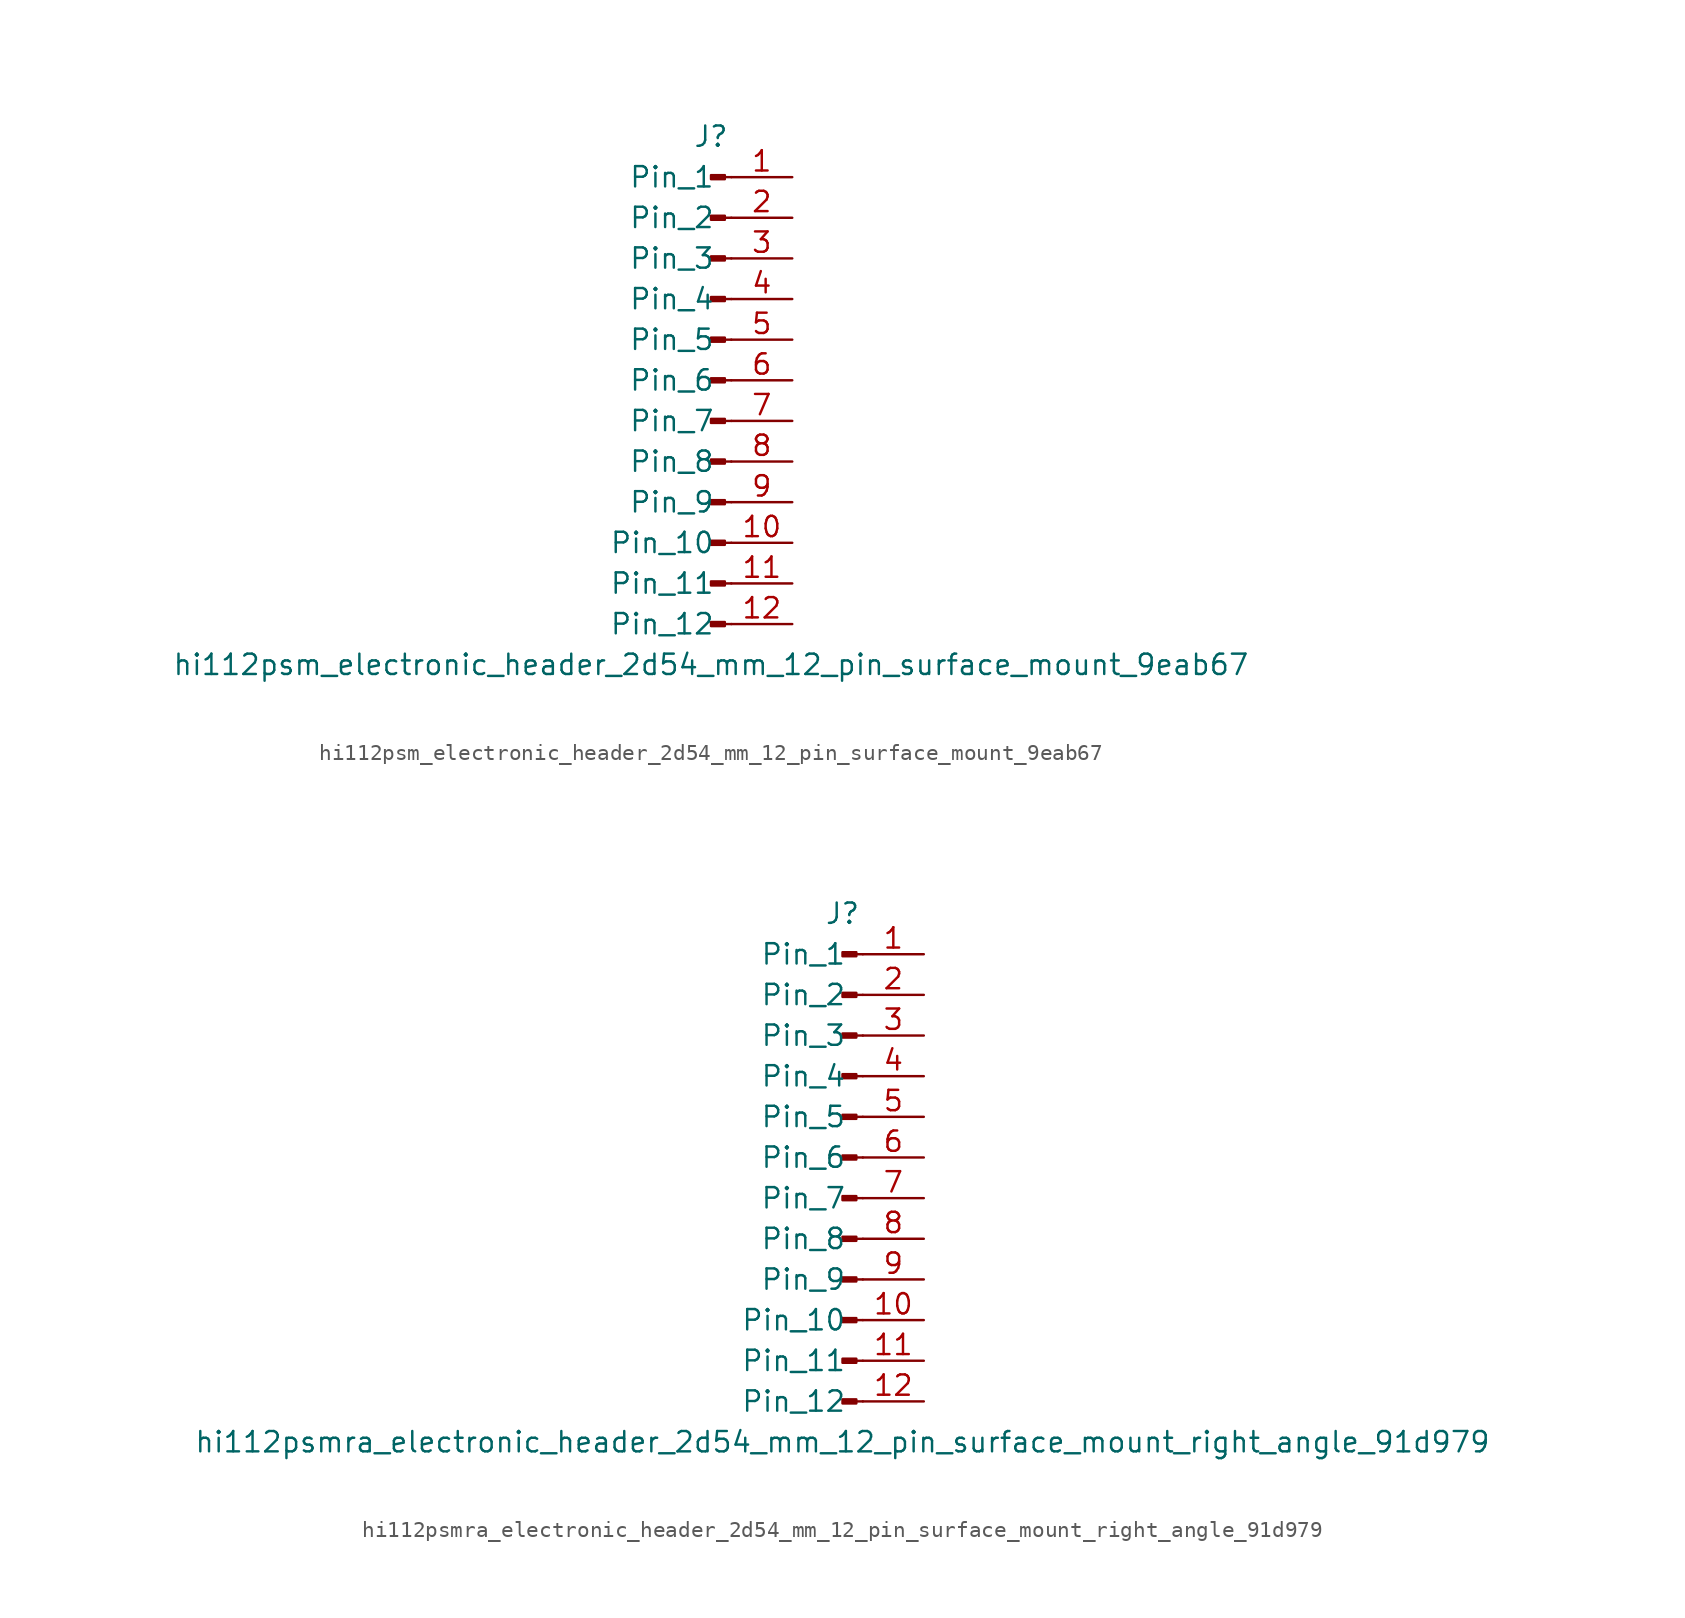
<source format=kicad_sym>
(kicad_symbol_lib
  (version 20220914)
  (generator kicad_symbol_editor)
  (symbol "hi112psm_electronic_header_2d54_mm_12_pin_surface_mount_9eab67"
    (pin_names
      (offset 1.016))
    (property "Reference" "J"
      (at 0 15.24 0)
      (effects (font (size 1.27 1.27))))
    (property "Value" "hi112psm_electronic_header_2d54_mm_12_pin_surface_mount_9eab67"
      (at 0 -17.78 0)
      (effects (font (size 1.27 1.27))))
    (property "ki_locked" ""
      (at 0 0 0)
      (effects (font (size 1.27 1.27))))
    (symbol "hi112psm_electronic_header_2d54_mm_12_pin_surface_mount_9eab67_1_1"
      (polyline (pts (xy 1.27 -15.24) (xy 0.864 -15.24)) (stroke (width 0.152) (type default)) (fill (type none)))
      (polyline (pts (xy 1.27 -12.7) (xy 0.864 -12.7)) (stroke (width 0.152) (type default)) (fill (type none)))
      (polyline (pts (xy 1.27 -10.16) (xy 0.864 -10.16)) (stroke (width 0.152) (type default)) (fill (type none)))
      (polyline (pts (xy 1.27 -7.62) (xy 0.864 -7.62)) (stroke (width 0.152) (type default)) (fill (type none)))
      (polyline (pts (xy 1.27 -5.08) (xy 0.864 -5.08)) (stroke (width 0.152) (type default)) (fill (type none)))
      (polyline (pts (xy 1.27 -2.54) (xy 0.864 -2.54)) (stroke (width 0.152) (type default)) (fill (type none)))
      (polyline (pts (xy 1.27 0) (xy 0.864 0)) (stroke (width 0.152) (type default)) (fill (type none)))
      (polyline (pts (xy 1.27 2.54) (xy 0.864 2.54)) (stroke (width 0.152) (type default)) (fill (type none)))
      (polyline (pts (xy 1.27 5.08) (xy 0.864 5.08)) (stroke (width 0.152) (type default)) (fill (type none)))
      (polyline (pts (xy 1.27 7.62) (xy 0.864 7.62)) (stroke (width 0.152) (type default)) (fill (type none)))
      (polyline (pts (xy 1.27 10.16) (xy 0.864 10.16)) (stroke (width 0.152) (type default)) (fill (type none)))
      (polyline (pts (xy 1.27 12.7) (xy 0.864 12.7)) (stroke (width 0.152) (type default)) (fill (type none)))
      (rectangle (start 0.864 -15.113) (end 0 -15.367) (stroke (width 0.152) (type default)) (fill (type outline)))
      (rectangle (start 0.864 -12.573) (end 0 -12.827) (stroke (width 0.152) (type default)) (fill (type outline)))
      (rectangle (start 0.864 -10.033) (end 0 -10.287) (stroke (width 0.152) (type default)) (fill (type outline)))
      (rectangle (start 0.864 -7.493) (end 0 -7.747) (stroke (width 0.152) (type default)) (fill (type outline)))
      (rectangle (start 0.864 -4.953) (end 0 -5.207) (stroke (width 0.152) (type default)) (fill (type outline)))
      (rectangle (start 0.864 -2.413) (end 0 -2.667) (stroke (width 0.152) (type default)) (fill (type outline)))
      (rectangle (start 0.864 0.127) (end 0 -0.127) (stroke (width 0.152) (type default)) (fill (type outline)))
      (rectangle (start 0.864 2.667) (end 0 2.413) (stroke (width 0.152) (type default)) (fill (type outline)))
      (rectangle (start 0.864 5.207) (end 0 4.953) (stroke (width 0.152) (type default)) (fill (type outline)))
      (rectangle (start 0.864 7.747) (end 0 7.493) (stroke (width 0.152) (type default)) (fill (type outline)))
      (rectangle (start 0.864 10.287) (end 0 10.033) (stroke (width 0.152) (type default)) (fill (type outline)))
      (rectangle (start 0.864 12.827) (end 0 12.573) (stroke (width 0.152) (type default)) (fill (type outline)))
      (pin passive line (at 5.08 12.7 180) (length 3.81) (name "Pin_1" (effects (font (size 1.27 1.27)))) (number "1" (effects (font (size 1.27 1.27)))))
      (pin passive line (at 5.08 -10.16 180) (length 3.81) (name "Pin_10" (effects (font (size 1.27 1.27)))) (number "10" (effects (font (size 1.27 1.27)))))
      (pin passive line (at 5.08 -12.7 180) (length 3.81) (name "Pin_11" (effects (font (size 1.27 1.27)))) (number "11" (effects (font (size 1.27 1.27)))))
      (pin passive line (at 5.08 -15.24 180) (length 3.81) (name "Pin_12" (effects (font (size 1.27 1.27)))) (number "12" (effects (font (size 1.27 1.27)))))
      (pin passive line (at 5.08 10.16 180) (length 3.81) (name "Pin_2" (effects (font (size 1.27 1.27)))) (number "2" (effects (font (size 1.27 1.27)))))
      (pin passive line (at 5.08 7.62 180) (length 3.81) (name "Pin_3" (effects (font (size 1.27 1.27)))) (number "3" (effects (font (size 1.27 1.27)))))
      (pin passive line (at 5.08 5.08 180) (length 3.81) (name "Pin_4" (effects (font (size 1.27 1.27)))) (number "4" (effects (font (size 1.27 1.27)))))
      (pin passive line (at 5.08 2.54 180) (length 3.81) (name "Pin_5" (effects (font (size 1.27 1.27)))) (number "5" (effects (font (size 1.27 1.27)))))
      (pin passive line (at 5.08 0 180) (length 3.81) (name "Pin_6" (effects (font (size 1.27 1.27)))) (number "6" (effects (font (size 1.27 1.27)))))
      (pin passive line (at 5.08 -2.54 180) (length 3.81) (name "Pin_7" (effects (font (size 1.27 1.27)))) (number "7" (effects (font (size 1.27 1.27)))))
      (pin passive line (at 5.08 -5.08 180) (length 3.81) (name "Pin_8" (effects (font (size 1.27 1.27)))) (number "8" (effects (font (size 1.27 1.27)))))
      (pin passive line (at 5.08 -7.62 180) (length 3.81) (name "Pin_9" (effects (font (size 1.27 1.27)))) (number "9" (effects (font (size 1.27 1.27)))))))
  (symbol "hi112psmra_electronic_header_2d54_mm_12_pin_surface_mount_right_angle_91d979"
    (pin_names
      (offset 1.016))
    (property "Reference" "J"
      (at 0 15.24 0)
      (effects (font (size 1.27 1.27))))
    (property "Value" "hi112psmra_electronic_header_2d54_mm_12_pin_surface_mount_right_angle_91d979"
      (at 0 -17.78 0)
      (effects (font (size 1.27 1.27))))
    (property "ki_locked" ""
      (at 0 0 0)
      (effects (font (size 1.27 1.27))))
    (symbol "hi112psmra_electronic_header_2d54_mm_12_pin_surface_mount_right_angle_91d979_1_1"
      (polyline (pts (xy 1.27 -15.24) (xy 0.864 -15.24)) (stroke (width 0.152) (type default)) (fill (type none)))
      (polyline (pts (xy 1.27 -12.7) (xy 0.864 -12.7)) (stroke (width 0.152) (type default)) (fill (type none)))
      (polyline (pts (xy 1.27 -10.16) (xy 0.864 -10.16)) (stroke (width 0.152) (type default)) (fill (type none)))
      (polyline (pts (xy 1.27 -7.62) (xy 0.864 -7.62)) (stroke (width 0.152) (type default)) (fill (type none)))
      (polyline (pts (xy 1.27 -5.08) (xy 0.864 -5.08)) (stroke (width 0.152) (type default)) (fill (type none)))
      (polyline (pts (xy 1.27 -2.54) (xy 0.864 -2.54)) (stroke (width 0.152) (type default)) (fill (type none)))
      (polyline (pts (xy 1.27 0) (xy 0.864 0)) (stroke (width 0.152) (type default)) (fill (type none)))
      (polyline (pts (xy 1.27 2.54) (xy 0.864 2.54)) (stroke (width 0.152) (type default)) (fill (type none)))
      (polyline (pts (xy 1.27 5.08) (xy 0.864 5.08)) (stroke (width 0.152) (type default)) (fill (type none)))
      (polyline (pts (xy 1.27 7.62) (xy 0.864 7.62)) (stroke (width 0.152) (type default)) (fill (type none)))
      (polyline (pts (xy 1.27 10.16) (xy 0.864 10.16)) (stroke (width 0.152) (type default)) (fill (type none)))
      (polyline (pts (xy 1.27 12.7) (xy 0.864 12.7)) (stroke (width 0.152) (type default)) (fill (type none)))
      (rectangle (start 0.864 -15.113) (end 0 -15.367) (stroke (width 0.152) (type default)) (fill (type outline)))
      (rectangle (start 0.864 -12.573) (end 0 -12.827) (stroke (width 0.152) (type default)) (fill (type outline)))
      (rectangle (start 0.864 -10.033) (end 0 -10.287) (stroke (width 0.152) (type default)) (fill (type outline)))
      (rectangle (start 0.864 -7.493) (end 0 -7.747) (stroke (width 0.152) (type default)) (fill (type outline)))
      (rectangle (start 0.864 -4.953) (end 0 -5.207) (stroke (width 0.152) (type default)) (fill (type outline)))
      (rectangle (start 0.864 -2.413) (end 0 -2.667) (stroke (width 0.152) (type default)) (fill (type outline)))
      (rectangle (start 0.864 0.127) (end 0 -0.127) (stroke (width 0.152) (type default)) (fill (type outline)))
      (rectangle (start 0.864 2.667) (end 0 2.413) (stroke (width 0.152) (type default)) (fill (type outline)))
      (rectangle (start 0.864 5.207) (end 0 4.953) (stroke (width 0.152) (type default)) (fill (type outline)))
      (rectangle (start 0.864 7.747) (end 0 7.493) (stroke (width 0.152) (type default)) (fill (type outline)))
      (rectangle (start 0.864 10.287) (end 0 10.033) (stroke (width 0.152) (type default)) (fill (type outline)))
      (rectangle (start 0.864 12.827) (end 0 12.573) (stroke (width 0.152) (type default)) (fill (type outline)))
      (pin passive line (at 5.08 12.7 180) (length 3.81) (name "Pin_1" (effects (font (size 1.27 1.27)))) (number "1" (effects (font (size 1.27 1.27)))))
      (pin passive line (at 5.08 -10.16 180) (length 3.81) (name "Pin_10" (effects (font (size 1.27 1.27)))) (number "10" (effects (font (size 1.27 1.27)))))
      (pin passive line (at 5.08 -12.7 180) (length 3.81) (name "Pin_11" (effects (font (size 1.27 1.27)))) (number "11" (effects (font (size 1.27 1.27)))))
      (pin passive line (at 5.08 -15.24 180) (length 3.81) (name "Pin_12" (effects (font (size 1.27 1.27)))) (number "12" (effects (font (size 1.27 1.27)))))
      (pin passive line (at 5.08 10.16 180) (length 3.81) (name "Pin_2" (effects (font (size 1.27 1.27)))) (number "2" (effects (font (size 1.27 1.27)))))
      (pin passive line (at 5.08 7.62 180) (length 3.81) (name "Pin_3" (effects (font (size 1.27 1.27)))) (number "3" (effects (font (size 1.27 1.27)))))
      (pin passive line (at 5.08 5.08 180) (length 3.81) (name "Pin_4" (effects (font (size 1.27 1.27)))) (number "4" (effects (font (size 1.27 1.27)))))
      (pin passive line (at 5.08 2.54 180) (length 3.81) (name "Pin_5" (effects (font (size 1.27 1.27)))) (number "5" (effects (font (size 1.27 1.27)))))
      (pin passive line (at 5.08 0 180) (length 3.81) (name "Pin_6" (effects (font (size 1.27 1.27)))) (number "6" (effects (font (size 1.27 1.27)))))
      (pin passive line (at 5.08 -2.54 180) (length 3.81) (name "Pin_7" (effects (font (size 1.27 1.27)))) (number "7" (effects (font (size 1.27 1.27)))))
      (pin passive line (at 5.08 -5.08 180) (length 3.81) (name "Pin_8" (effects (font (size 1.27 1.27)))) (number "8" (effects (font (size 1.27 1.27)))))
      (pin passive line (at 5.08 -7.62 180) (length 3.81) (name "Pin_9" (effects (font (size 1.27 1.27)))) (number "9" (effects (font (size 1.27 1.27))))))))
</source>
